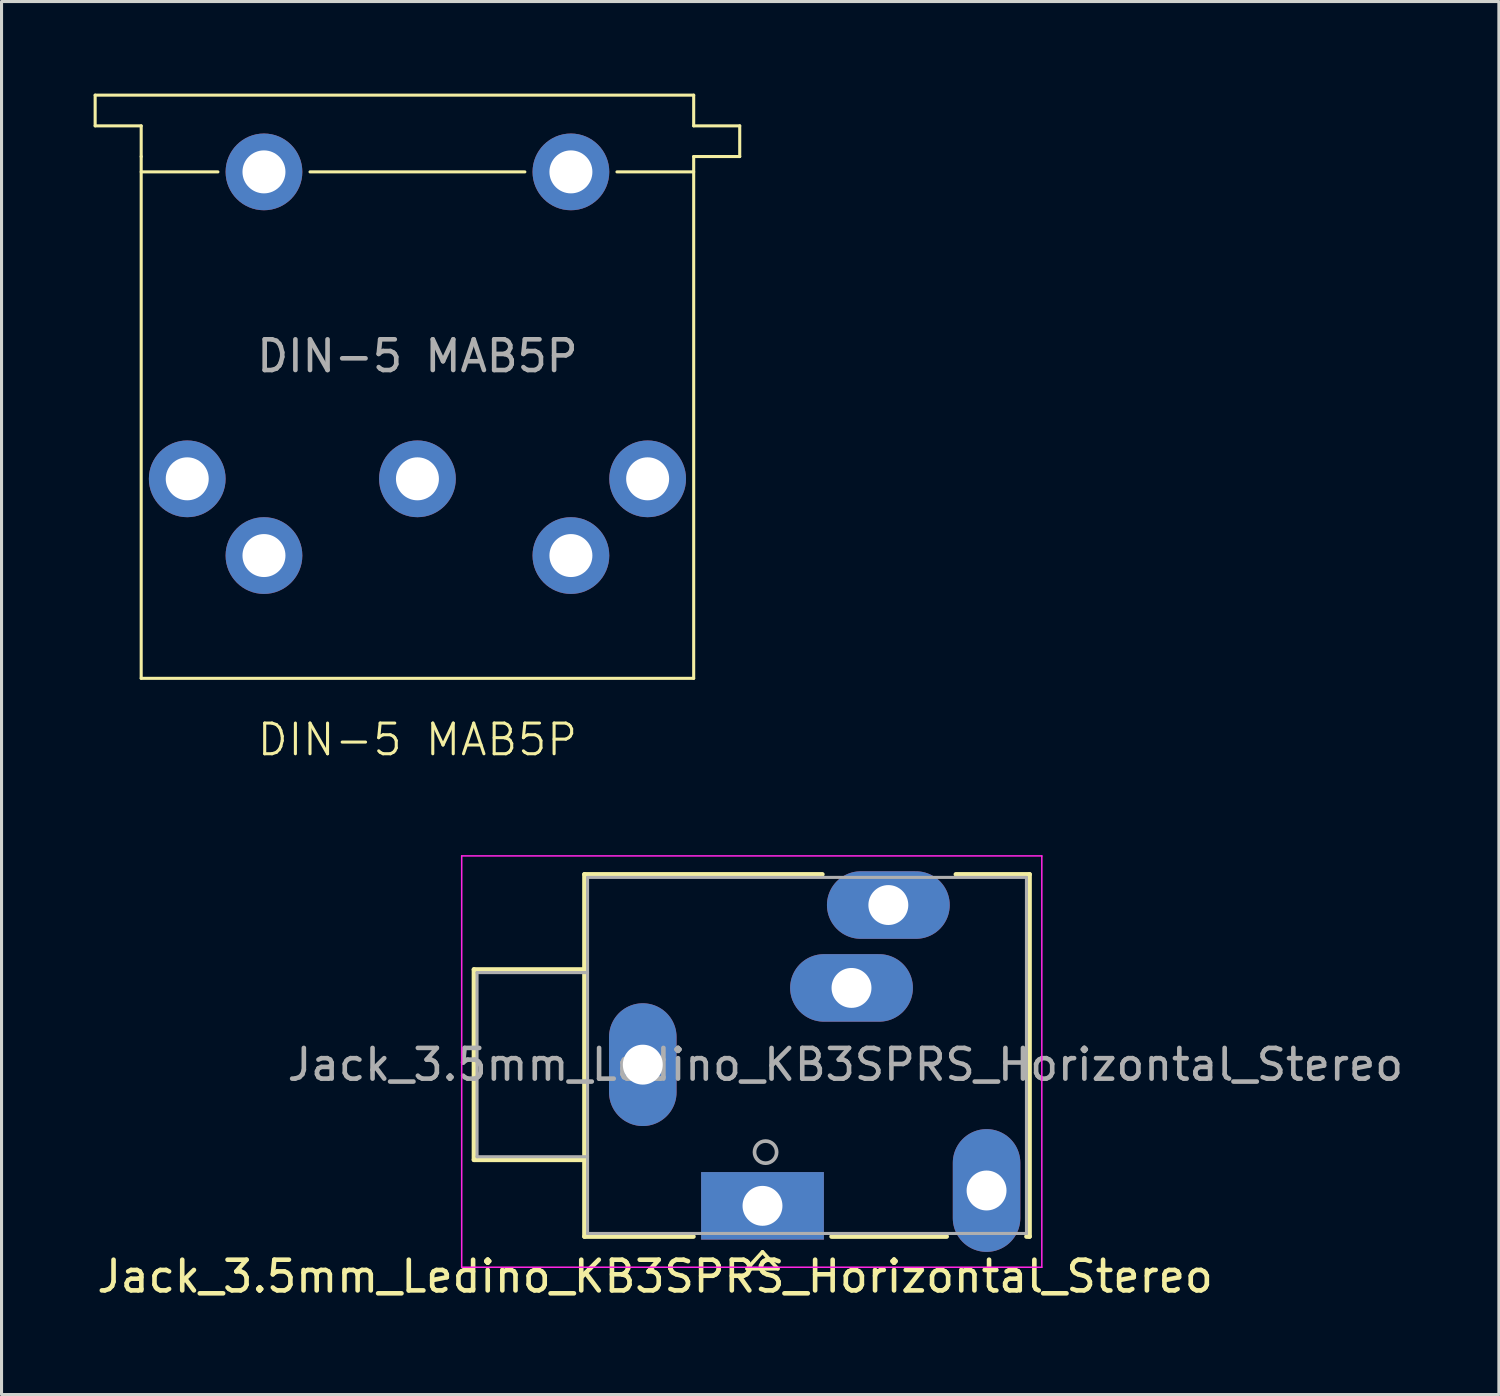
<source format=kicad_pcb>
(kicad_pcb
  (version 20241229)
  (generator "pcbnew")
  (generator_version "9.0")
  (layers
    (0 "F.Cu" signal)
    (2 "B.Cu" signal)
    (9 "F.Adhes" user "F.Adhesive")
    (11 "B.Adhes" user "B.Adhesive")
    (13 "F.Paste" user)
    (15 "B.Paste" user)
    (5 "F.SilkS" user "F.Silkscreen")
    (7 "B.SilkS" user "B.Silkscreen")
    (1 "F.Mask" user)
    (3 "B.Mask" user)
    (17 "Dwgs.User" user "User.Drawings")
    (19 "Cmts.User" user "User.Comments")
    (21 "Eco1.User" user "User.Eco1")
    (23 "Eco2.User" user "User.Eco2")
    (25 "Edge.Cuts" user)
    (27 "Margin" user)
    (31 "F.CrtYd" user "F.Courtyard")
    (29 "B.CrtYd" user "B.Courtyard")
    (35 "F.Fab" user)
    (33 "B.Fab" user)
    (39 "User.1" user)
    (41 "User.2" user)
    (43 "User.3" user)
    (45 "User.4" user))
  (footprint "DIN-5 MAB5P"
    (layer "F.Cu")
    (at 10.55 12.55)
    (property "Reference" "DIN-5 MAB5P" (at 0 8.5 0) (unlocked yes) (layer "F.SilkS") (effects (font (size 1 1) (thickness 0.1))))
    (attr through_hole)
    (fp_line (start -10.5 -12.5) (end -10.5 -11.5) (stroke (width 0.1) (type default)) (layer "F.SilkS"))
    (fp_line (start -10.5 -11.5) (end -9 -11.5) (stroke (width 0.1) (type default)) (layer "F.SilkS"))
    (fp_line (start -9 -11.5) (end -9 -10.5) (stroke (width 0.1) (type default)) (layer "F.SilkS"))
    (fp_line (start -9 -10.5) (end -9 6.5) (stroke (width 0.1) (type default)) (layer "F.SilkS"))
    (fp_line (start -9 -10) (end -6.5 -10) (stroke (width 0.1) (type default)) (layer "F.SilkS"))
    (fp_line (start -9 6.5) (end 9 6.5) (stroke (width 0.1) (type default)) (layer "F.SilkS"))
    (fp_line (start -3.5 -10) (end 3.5 -10) (stroke (width 0.1) (type default)) (layer "F.SilkS"))
    (fp_line (start 6.5 -10) (end 9 -10) (stroke (width 0.1) (type default)) (layer "F.SilkS"))
    (fp_line (start 9 -12.5) (end -10.5 -12.5) (stroke (width 0.1) (type default)) (layer "F.SilkS"))
    (fp_line (start 9 -11.5) (end 9 -12.5) (stroke (width 0.1) (type default)) (layer "F.SilkS"))
    (fp_line (start 9 -10.5) (end 10.5 -10.5) (stroke (width 0.1) (type default)) (layer "F.SilkS"))
    (fp_line (start 9 6.5) (end 9 -10.5) (stroke (width 0.1) (type default)) (layer "F.SilkS"))
    (fp_line (start 10.5 -11.5) (end 9 -11.5) (stroke (width 0.1) (type default)) (layer "F.SilkS"))
    (fp_line (start 10.5 -10.5) (end 10.5 -11.5) (stroke (width 0.1) (type default)) (layer "F.SilkS"))
    (fp_text user "${REFERENCE}" (at 0 -4 0) (unlocked yes) (layer "F.Fab") (effects (font (size 1 1) (thickness 0.15))))
    (pad "" np_thru_hole circle (at -5 -10) (size 2.5 2.5) (drill 1.4) (layers "*.Cu" "*.Mask"))
    (pad "" np_thru_hole circle (at 5 -10) (size 2.5 2.5) (drill 1.4) (layers "*.Cu" "*.Mask"))
    (pad "1" thru_hole circle (at -7.5 0) (size 2.5 2.5) (drill 1.4) (layers "*.Cu" "*.Mask"))
    (pad "2" thru_hole circle (at 0 0) (size 2.5 2.5) (drill 1.4) (layers "*.Cu" "*.Mask"))
    (pad "3" thru_hole circle (at 7.5 0) (size 2.5 2.5) (drill 1.4) (layers "*.Cu" "*.Mask"))
    (pad "4" thru_hole circle (at -5 2.5) (size 2.5 2.5) (drill 1.4) (layers "*.Cu" "*.Mask"))
    (pad "5" thru_hole circle (at 5 2.5) (size 2.5 2.5) (drill 1.4) (layers "*.Cu" "*.Mask")))
  (footprint "Jack_3.5mm_Ledino_KB3SPRS_Horizontal_Stereo"
    (layer "F.Cu")
    (at 21.792 36.236)
    (property "Reference" "Jack_3.5mm_Ledino_KB3SPRS_Horizontal_Stereo" (at -3.5 2.3 0) (layer "F.SilkS") (effects (font (size 1 1) (thickness 0.15))))
    (attr through_hole)
    (fp_line (start -9.4 -7.7) (end -9.4 -1.5) (stroke (width 0.15) (type solid)) (layer "F.SilkS"))
    (fp_line (start -9.4 -1.5) (end -5.8 -1.5) (stroke (width 0.15) (type solid)) (layer "F.SilkS"))
    (fp_line (start -5.8 -10.8) (end 1.95 -10.8) (stroke (width 0.15) (type solid)) (layer "F.SilkS"))
    (fp_line (start -5.8 -7.7) (end -9.4 -7.7) (stroke (width 0.15) (type solid)) (layer "F.SilkS"))
    (fp_line (start -5.8 1) (end -5.8 -10.8) (stroke (width 0.15) (type solid)) (layer "F.SilkS"))
    (fp_line (start -2.25 1) (end -5.8 1) (stroke (width 0.15) (type solid)) (layer "F.SilkS"))
    (fp_line (start -0.5 2.05) (end 0.5 2.05) (stroke (width 0.12) (type solid)) (layer "F.SilkS"))
    (fp_line (start 0 1.5) (end -0.5 2.05) (stroke (width 0.12) (type solid)) (layer "F.SilkS"))
    (fp_line (start 0.5 2.05) (end 0 1.5) (stroke (width 0.12) (type solid)) (layer "F.SilkS"))
    (fp_line (start 6 1) (end 2.25 1) (stroke (width 0.15) (type solid)) (layer "F.SilkS"))
    (fp_line (start 6.3 -10.8) (end 8.7 -10.8) (stroke (width 0.15) (type solid)) (layer "F.SilkS"))
    (fp_line (start 8.7 -10.8) (end 8.7 1) (stroke (width 0.15) (type solid)) (layer "F.SilkS"))
    (fp_line (start 8.7 1) (end 8.6 1) (stroke (width 0.15) (type solid)) (layer "F.SilkS"))
    (fp_line (start -9.8 -11.4) (end -9.8 2) (stroke (width 0.05) (type solid)) (layer "F.CrtYd"))
    (fp_line (start -9.8 2) (end 9.1 2) (stroke (width 0.05) (type solid)) (layer "F.CrtYd"))
    (fp_line (start 9.1 -11.4) (end -9.8 -11.4) (stroke (width 0.05) (type solid)) (layer "F.CrtYd"))
    (fp_line (start 9.1 2) (end 9.1 -11.4) (stroke (width 0.05) (type solid)) (layer "F.CrtYd"))
    (fp_line (start -9.3 -7.6) (end -9.3 -1.6) (stroke (width 0.1) (type solid)) (layer "F.Fab"))
    (fp_line (start -9.3 -7.6) (end -5.7 -7.6) (stroke (width 0.1) (type solid)) (layer "F.Fab"))
    (fp_line (start -9.3 -1.6) (end -5.7 -1.6) (stroke (width 0.1) (type solid)) (layer "F.Fab"))
    (fp_line (start -5.7 -10.7) (end -5.7 0.9) (stroke (width 0.1) (type solid)) (layer "F.Fab"))
    (fp_line (start -5.7 0.9) (end 8.6 0.9) (stroke (width 0.1) (type solid)) (layer "F.Fab"))
    (fp_line (start 8.6 -10.7) (end -5.7 -10.7) (stroke (width 0.1) (type solid)) (layer "F.Fab"))
    (fp_line (start 8.6 0.9) (end 8.6 -10.7) (stroke (width 0.1) (type solid)) (layer "F.Fab"))
    (fp_circle (center 0.1 -1.75) (end 0.4 -1.55) (stroke (width 0.12) (type solid)) (fill no) (layer "F.Fab"))
    (fp_text user "${REFERENCE}" (at 2.7 -4.6 0) (layer "F.Fab") (effects (font (size 1 1) (thickness 0.15))))
    (pad "G" thru_hole oval (at -3.9 -4.6) (size 2.2 4) (drill 1.3) (layers "*.Cu" "*.Mask" "Eco2.User"))
    (pad "S" thru_hole oval (at 4.1 -9.8) (size 4 2.2) (drill 1.3) (layers "*.Cu" "*.Mask"))
    (pad "SN" thru_hole oval (at 2.9 -7.1) (size 4 2.2) (drill 1.3) (layers "*.Cu" "*.Mask"))
    (pad "T" thru_hole rect (at 0 0) (size 4 2.2) (drill 1.3) (layers "*.Cu" "*.Mask"))
    (pad "TN" thru_hole oval (at 7.3 -0.5 90) (size 4 2.2) (drill 1.3) (layers "*.Cu" "*.Mask")))
  (gr_rect
    (start -3 -3)
    (end 45.783 42.384)
    (stroke (width 0.1) (type default))
    (fill no)
    (layer "Edge.Cuts")))
</source>
